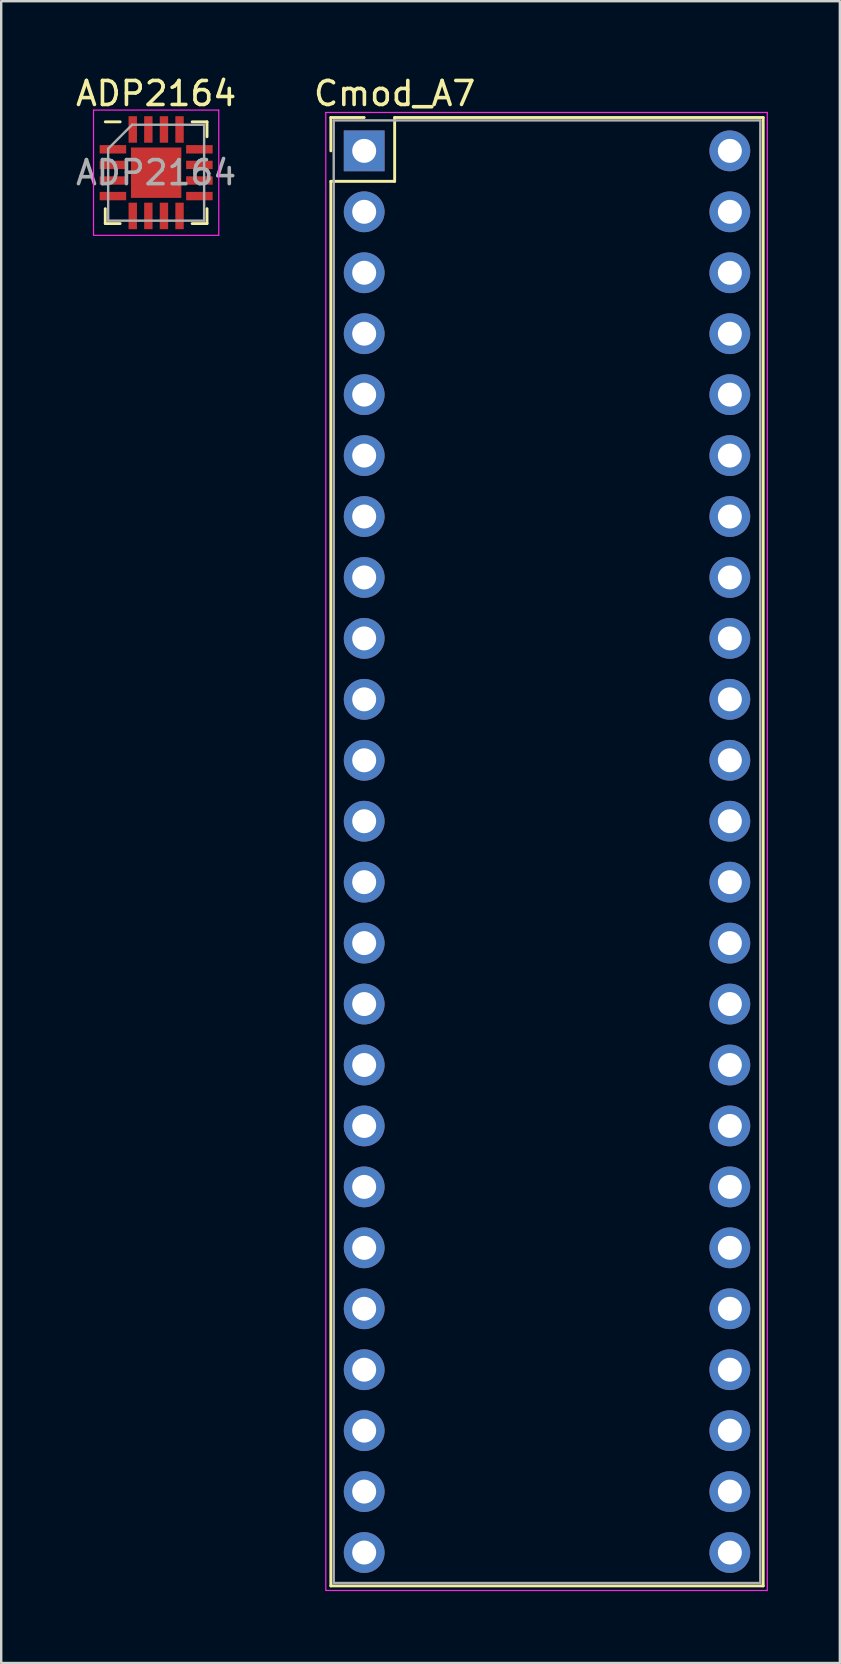
<source format=kicad_pcb>
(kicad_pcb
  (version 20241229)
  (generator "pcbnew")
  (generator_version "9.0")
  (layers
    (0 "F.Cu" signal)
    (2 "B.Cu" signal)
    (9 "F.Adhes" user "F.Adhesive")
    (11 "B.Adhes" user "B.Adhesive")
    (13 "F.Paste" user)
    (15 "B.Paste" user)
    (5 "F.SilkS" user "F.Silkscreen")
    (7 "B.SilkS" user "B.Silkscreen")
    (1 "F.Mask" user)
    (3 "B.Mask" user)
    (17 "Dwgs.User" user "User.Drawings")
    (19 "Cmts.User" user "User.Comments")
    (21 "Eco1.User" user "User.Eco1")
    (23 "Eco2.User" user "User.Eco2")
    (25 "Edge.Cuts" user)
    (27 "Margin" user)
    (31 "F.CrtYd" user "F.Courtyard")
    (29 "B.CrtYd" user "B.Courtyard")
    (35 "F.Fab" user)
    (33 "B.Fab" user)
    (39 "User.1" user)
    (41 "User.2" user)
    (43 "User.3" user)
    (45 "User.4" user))
  (footprint "Cmod_A7"
    (layer "F.Cu")
    (at 12.129 3.238)
    (property "Reference" "Cmod_A7" (at 1.27 -2.39 0) (layer "F.SilkS") (effects (font (size 1 1) (thickness 0.15))))
    (attr through_hole)
    (fp_line (start -1.39 -1.39) (end 0 -1.39) (stroke (width 0.12) (type solid)) (layer "F.SilkS"))
    (fp_line (start -1.39 0) (end -1.39 -1.39) (stroke (width 0.12) (type solid)) (layer "F.SilkS"))
    (fp_line (start -1.39 1.27) (end -1.39 59.81) (stroke (width 0.12) (type solid)) (layer "F.SilkS"))
    (fp_line (start -1.39 59.81) (end 16.63 59.81) (stroke (width 0.12) (type solid)) (layer "F.SilkS"))
    (fp_line (start 1.27 -1.39) (end 1.27 1.27) (stroke (width 0.12) (type solid)) (layer "F.SilkS"))
    (fp_line (start 1.27 1.27) (end -1.39 1.27) (stroke (width 0.12) (type solid)) (layer "F.SilkS"))
    (fp_line (start 16.63 -1.39) (end 1.27 -1.39) (stroke (width 0.12) (type solid)) (layer "F.SilkS"))
    (fp_line (start 16.63 59.81) (end 16.63 -1.39) (stroke (width 0.12) (type solid)) (layer "F.SilkS"))
    (fp_line (start -1.6 -1.6) (end -1.6 60) (stroke (width 0.05) (type solid)) (layer "F.CrtYd"))
    (fp_line (start -1.6 60) (end 16.8 60) (stroke (width 0.05) (type solid)) (layer "F.CrtYd"))
    (fp_line (start 16.8 -1.6) (end -1.6 -1.6) (stroke (width 0.05) (type solid)) (layer "F.CrtYd"))
    (fp_line (start 16.8 60) (end 16.8 -1.6) (stroke (width 0.05) (type solid)) (layer "F.CrtYd"))
    (fp_line (start -1.27 -1.27) (end -1.27 59.69) (stroke (width 0.1) (type solid)) (layer "F.Fab"))
    (fp_line (start -1.27 59.69) (end 16.51 59.69) (stroke (width 0.1) (type solid)) (layer "F.Fab"))
    (fp_line (start 16.51 -1.27) (end -1.27 -1.27) (stroke (width 0.1) (type solid)) (layer "F.Fab"))
    (fp_line (start 16.51 59.69) (end 16.51 -1.27) (stroke (width 0.1) (type solid)) (layer "F.Fab"))
    (pad "1" thru_hole rect (at 0 0) (size 1.7 1.7) (drill 1) (layers "*.Cu" "*.Mask"))
    (pad "2" thru_hole oval (at 0 2.54) (size 1.7 1.7) (drill 1) (layers "*.Cu" "*.Mask"))
    (pad "3" thru_hole oval (at 0 5.08) (size 1.7 1.7) (drill 1) (layers "*.Cu" "*.Mask"))
    (pad "4" thru_hole oval (at 0 7.62) (size 1.7 1.7) (drill 1) (layers "*.Cu" "*.Mask"))
    (pad "5" thru_hole oval (at 0 10.16) (size 1.7 1.7) (drill 1) (layers "*.Cu" "*.Mask"))
    (pad "6" thru_hole oval (at 0 12.7) (size 1.7 1.7) (drill 1) (layers "*.Cu" "*.Mask"))
    (pad "7" thru_hole oval (at 0 15.24) (size 1.7 1.7) (drill 1) (layers "*.Cu" "*.Mask"))
    (pad "8" thru_hole oval (at 0 17.78) (size 1.7 1.7) (drill 1) (layers "*.Cu" "*.Mask"))
    (pad "9" thru_hole oval (at 0 20.32) (size 1.7 1.7) (drill 1) (layers "*.Cu" "*.Mask"))
    (pad "10" thru_hole oval (at 0 22.86) (size 1.7 1.7) (drill 1) (layers "*.Cu" "*.Mask"))
    (pad "11" thru_hole oval (at 0 25.4) (size 1.7 1.7) (drill 1) (layers "*.Cu" "*.Mask"))
    (pad "12" thru_hole oval (at 0 27.94) (size 1.7 1.7) (drill 1) (layers "*.Cu" "*.Mask"))
    (pad "13" thru_hole oval (at 0 30.48) (size 1.7 1.7) (drill 1) (layers "*.Cu" "*.Mask"))
    (pad "14" thru_hole oval (at 0 33.02) (size 1.7 1.7) (drill 1) (layers "*.Cu" "*.Mask"))
    (pad "15" thru_hole oval (at 0 35.56) (size 1.7 1.7) (drill 1) (layers "*.Cu" "*.Mask"))
    (pad "16" thru_hole oval (at 0 38.1) (size 1.7 1.7) (drill 1) (layers "*.Cu" "*.Mask"))
    (pad "17" thru_hole oval (at 0 40.64) (size 1.7 1.7) (drill 1) (layers "*.Cu" "*.Mask"))
    (pad "18" thru_hole oval (at 0 43.18) (size 1.7 1.7) (drill 1) (layers "*.Cu" "*.Mask"))
    (pad "19" thru_hole oval (at 0 45.72) (size 1.7 1.7) (drill 1) (layers "*.Cu" "*.Mask"))
    (pad "20" thru_hole oval (at 0 48.26) (size 1.7 1.7) (drill 1) (layers "*.Cu" "*.Mask"))
    (pad "21" thru_hole oval (at 0 50.8) (size 1.7 1.7) (drill 1) (layers "*.Cu" "*.Mask"))
    (pad "22" thru_hole oval (at 0 53.34) (size 1.7 1.7) (drill 1) (layers "*.Cu" "*.Mask"))
    (pad "23" thru_hole oval (at 0 55.88) (size 1.7 1.7) (drill 1) (layers "*.Cu" "*.Mask"))
    (pad "24" thru_hole oval (at 0 58.42) (size 1.7 1.7) (drill 1) (layers "*.Cu" "*.Mask"))
    (pad "25" thru_hole oval (at 15.24 58.42) (size 1.7 1.7) (drill 1) (layers "*.Cu" "*.Mask"))
    (pad "26" thru_hole oval (at 15.24 55.88) (size 1.7 1.7) (drill 1) (layers "*.Cu" "*.Mask"))
    (pad "27" thru_hole oval (at 15.24 53.34) (size 1.7 1.7) (drill 1) (layers "*.Cu" "*.Mask"))
    (pad "28" thru_hole oval (at 15.24 50.8) (size 1.7 1.7) (drill 1) (layers "*.Cu" "*.Mask"))
    (pad "29" thru_hole oval (at 15.24 48.26) (size 1.7 1.7) (drill 1) (layers "*.Cu" "*.Mask"))
    (pad "30" thru_hole oval (at 15.24 45.72) (size 1.7 1.7) (drill 1) (layers "*.Cu" "*.Mask"))
    (pad "31" thru_hole oval (at 15.24 43.18) (size 1.7 1.7) (drill 1) (layers "*.Cu" "*.Mask"))
    (pad "32" thru_hole oval (at 15.24 40.64) (size 1.7 1.7) (drill 1) (layers "*.Cu" "*.Mask"))
    (pad "33" thru_hole oval (at 15.24 38.1) (size 1.7 1.7) (drill 1) (layers "*.Cu" "*.Mask"))
    (pad "34" thru_hole oval (at 15.24 35.56) (size 1.7 1.7) (drill 1) (layers "*.Cu" "*.Mask"))
    (pad "35" thru_hole oval (at 15.24 33.02) (size 1.7 1.7) (drill 1) (layers "*.Cu" "*.Mask"))
    (pad "36" thru_hole oval (at 15.24 30.48) (size 1.7 1.7) (drill 1) (layers "*.Cu" "*.Mask"))
    (pad "37" thru_hole oval (at 15.24 27.94) (size 1.7 1.7) (drill 1) (layers "*.Cu" "*.Mask"))
    (pad "38" thru_hole oval (at 15.24 25.4) (size 1.7 1.7) (drill 1) (layers "*.Cu" "*.Mask"))
    (pad "39" thru_hole oval (at 15.24 22.86) (size 1.7 1.7) (drill 1) (layers "*.Cu" "*.Mask"))
    (pad "40" thru_hole oval (at 15.24 20.32) (size 1.7 1.7) (drill 1) (layers "*.Cu" "*.Mask"))
    (pad "41" thru_hole oval (at 15.24 17.78) (size 1.7 1.7) (drill 1) (layers "*.Cu" "*.Mask"))
    (pad "42" thru_hole oval (at 15.24 15.24) (size 1.7 1.7) (drill 1) (layers "*.Cu" "*.Mask"))
    (pad "43" thru_hole oval (at 15.24 12.7) (size 1.7 1.7) (drill 1) (layers "*.Cu" "*.Mask"))
    (pad "44" thru_hole oval (at 15.24 10.16) (size 1.7 1.7) (drill 1) (layers "*.Cu" "*.Mask"))
    (pad "45" thru_hole oval (at 15.24 7.62) (size 1.7 1.7) (drill 1) (layers "*.Cu" "*.Mask"))
    (pad "46" thru_hole oval (at 15.24 5.08) (size 1.7 1.7) (drill 1) (layers "*.Cu" "*.Mask"))
    (pad "47" thru_hole oval (at 15.24 2.54) (size 1.7 1.7) (drill 1) (layers "*.Cu" "*.Mask"))
    (pad "48" thru_hole oval (at 15.24 0) (size 1.7 1.7) (drill 1) (layers "*.Cu" "*.Mask")))
  (footprint "ADP2164"
    (layer "F.Cu")
    (at 3.458 4.148)
    (property "Reference" "ADP2164" (at 0 -3.3 0) (layer "F.SilkS") (effects (font (size 1 1) (thickness 0.15))))
    (attr smd)
    (fp_line (start -2.12 2.12) (end -2.12 1.5) (stroke (width 0.12) (type solid)) (layer "F.SilkS"))
    (fp_line (start -1.5 -2.12) (end -2.12 -2.12) (stroke (width 0.12) (type solid)) (layer "F.SilkS"))
    (fp_line (start -1.5 2.12) (end -2.12 2.12) (stroke (width 0.12) (type solid)) (layer "F.SilkS"))
    (fp_line (start 1.5 -2.12) (end 2.12 -2.12) (stroke (width 0.12) (type solid)) (layer "F.SilkS"))
    (fp_line (start 1.5 2.12) (end 2.12 2.12) (stroke (width 0.12) (type solid)) (layer "F.SilkS"))
    (fp_line (start 2.12 -2.12) (end 2.12 -1.5) (stroke (width 0.12) (type solid)) (layer "F.SilkS"))
    (fp_line (start 2.12 2.12) (end 2.12 1.5) (stroke (width 0.12) (type solid)) (layer "F.SilkS"))
    (fp_line (start -2.61 -2.61) (end 2.61 -2.61) (stroke (width 0.05) (type solid)) (layer "F.CrtYd"))
    (fp_line (start -2.61 2.61) (end -2.61 -2.61) (stroke (width 0.05) (type solid)) (layer "F.CrtYd"))
    (fp_line (start 2.61 -2.61) (end 2.61 2.61) (stroke (width 0.05) (type solid)) (layer "F.CrtYd"))
    (fp_line (start 2.61 2.61) (end -2.61 2.61) (stroke (width 0.05) (type solid)) (layer "F.CrtYd"))
    (fp_line (start -2 2) (end -2 -1) (stroke (width 0.1) (type solid)) (layer "F.Fab"))
    (fp_line (start -1 -2) (end -2 -1) (stroke (width 0.1) (type solid)) (layer "F.Fab"))
    (fp_line (start -1 -2) (end 2 -2) (stroke (width 0.1) (type solid)) (layer "F.Fab"))
    (fp_line (start 2 -2) (end 2 2) (stroke (width 0.1) (type solid)) (layer "F.Fab"))
    (fp_line (start 2 2) (end -2 2) (stroke (width 0.1) (type solid)) (layer "F.Fab"))
    (fp_text user "${REFERENCE}" (at 0 0 0) (layer "F.Fab") (effects (font (size 1 1) (thickness 0.15))))
    (pad "" smd rect (at -0.525 -0.525) (size 0.9 0.9) (layers "F.Paste"))
    (pad "" smd rect (at -0.525 0.525) (size 0.9 0.9) (layers "F.Paste"))
    (pad "" smd rect (at 0.525 -0.525) (size 0.9 0.9) (layers "F.Paste"))
    (pad "" smd rect (at 0.525 0.525) (size 0.9 0.9) (layers "F.Paste"))
    (pad "1" smd rect (at -1.802 -0.975) (size 1.105 0.35) (layers "F.Cu" "F.Mask" "F.Paste"))
    (pad "2" smd rect (at -1.802 -0.325) (size 1.105 0.35) (layers "F.Cu" "F.Mask" "F.Paste"))
    (pad "3" smd rect (at -1.802 0.325) (size 1.105 0.35) (layers "F.Cu" "F.Mask" "F.Paste"))
    (pad "4" smd rect (at -1.802 0.975) (size 1.105 0.35) (layers "F.Cu" "F.Mask" "F.Paste"))
    (pad "5" smd rect (at -0.975 1.802) (size 0.35 1.105) (layers "F.Cu" "F.Mask" "F.Paste"))
    (pad "6" smd rect (at -0.325 1.802) (size 0.35 1.105) (layers "F.Cu" "F.Mask" "F.Paste"))
    (pad "7" smd rect (at 0.325 1.802) (size 0.35 1.105) (layers "F.Cu" "F.Mask" "F.Paste"))
    (pad "8" smd rect (at 0.975 1.802) (size 0.35 1.105) (layers "F.Cu" "F.Mask" "F.Paste"))
    (pad "9" smd rect (at 1.802 0.975) (size 1.105 0.35) (layers "F.Cu" "F.Mask" "F.Paste"))
    (pad "10" smd rect (at 1.802 0.325) (size 1.105 0.35) (layers "F.Cu" "F.Mask" "F.Paste"))
    (pad "11" smd rect (at 1.802 -0.325) (size 1.105 0.35) (layers "F.Cu" "F.Mask" "F.Paste"))
    (pad "12" smd rect (at 1.802 -0.975) (size 1.105 0.35) (layers "F.Cu" "F.Mask" "F.Paste"))
    (pad "13" smd rect (at 0.975 -1.802) (size 0.35 1.105) (layers "F.Cu" "F.Mask" "F.Paste"))
    (pad "14" smd rect (at 0.325 -1.802) (size 0.35 1.105) (layers "F.Cu" "F.Mask" "F.Paste"))
    (pad "15" smd rect (at -0.325 -1.802) (size 0.35 1.105) (layers "F.Cu" "F.Mask" "F.Paste"))
    (pad "16" smd rect (at -0.975 -1.802) (size 0.35 1.105) (layers "F.Cu" "F.Mask" "F.Paste"))
    (pad "17" smd rect (at 0 0) (size 2.1 2.1) (layers "F.Cu" "F.Mask")))
  (gr_rect
    (start -3 -3)
    (end 31.954 66.263)
    (stroke (width 0.1) (type default))
    (fill no)
    (layer "Edge.Cuts")))
</source>
